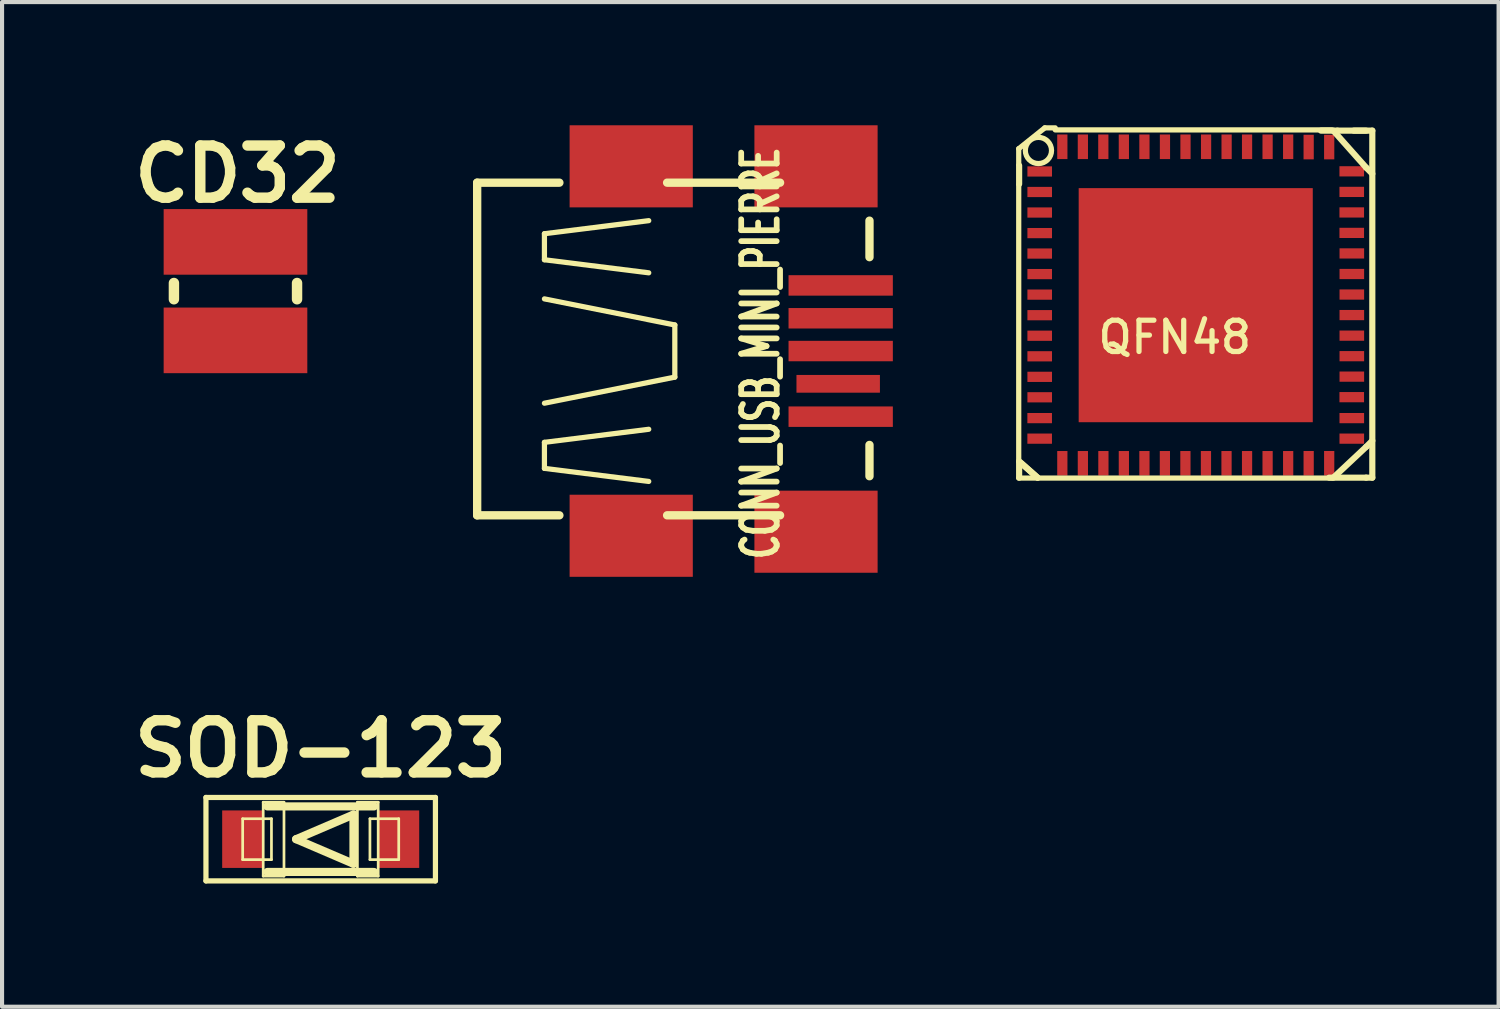
<source format=kicad_pcb>
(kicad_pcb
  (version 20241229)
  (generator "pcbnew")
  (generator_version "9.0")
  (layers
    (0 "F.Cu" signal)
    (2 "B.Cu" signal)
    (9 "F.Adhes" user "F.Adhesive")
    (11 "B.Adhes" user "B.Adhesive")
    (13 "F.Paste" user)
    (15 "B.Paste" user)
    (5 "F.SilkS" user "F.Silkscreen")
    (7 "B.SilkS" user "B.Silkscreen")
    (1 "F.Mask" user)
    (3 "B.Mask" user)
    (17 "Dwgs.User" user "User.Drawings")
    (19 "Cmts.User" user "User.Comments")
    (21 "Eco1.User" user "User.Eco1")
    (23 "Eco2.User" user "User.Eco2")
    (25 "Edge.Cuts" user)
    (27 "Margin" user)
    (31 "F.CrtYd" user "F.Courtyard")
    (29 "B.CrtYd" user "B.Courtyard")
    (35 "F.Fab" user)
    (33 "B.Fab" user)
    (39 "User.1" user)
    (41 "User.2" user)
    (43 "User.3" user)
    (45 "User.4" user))
  (footprint "SOD-123"
    (layer "F.Cu")
    (at 4.759 17.384)
    (property "Reference" "SOD-123" (at 0 -2.2 0) (layer "F.SilkS") (effects (font (size 1.27 1.27) (thickness 0.254))))
    (attr smd)
    (fp_line (start -2.794 -1.016) (end -2.794 1.016) (stroke (width 0.127) (type solid)) (layer "F.SilkS"))
    (fp_line (start -2.794 1.016) (end 2.794 1.016) (stroke (width 0.127) (type solid)) (layer "F.SilkS"))
    (fp_line (start -1.9 -0.498) (end -1.199 -0.498) (stroke (width 0.066) (type solid)) (layer "F.SilkS"))
    (fp_line (start -1.9 0.498) (end -1.9 -0.498) (stroke (width 0.066) (type solid)) (layer "F.SilkS"))
    (fp_line (start -1.9 0.498) (end -1.199 0.498) (stroke (width 0.066) (type solid)) (layer "F.SilkS"))
    (fp_line (start -1.4 -0.899) (end -0.894 -0.899) (stroke (width 0.066) (type solid)) (layer "F.SilkS"))
    (fp_line (start -1.4 0.899) (end -1.4 -0.899) (stroke (width 0.066) (type solid)) (layer "F.SilkS"))
    (fp_line (start -1.4 0.899) (end -0.894 0.899) (stroke (width 0.066) (type solid)) (layer "F.SilkS"))
    (fp_line (start -1.199 0.498) (end -1.199 -0.498) (stroke (width 0.066) (type solid)) (layer "F.SilkS"))
    (fp_line (start -0.894 0.899) (end -0.894 -0.899) (stroke (width 0.066) (type solid)) (layer "F.SilkS"))
    (fp_line (start -0.599 0) (end 0.798 0.599) (stroke (width 0.198) (type solid)) (layer "F.SilkS"))
    (fp_line (start 0.798 -0.599) (end -0.599 0) (stroke (width 0.198) (type solid)) (layer "F.SilkS"))
    (fp_line (start 0.798 0.599) (end 0.798 -0.599) (stroke (width 0.198) (type solid)) (layer "F.SilkS"))
    (fp_line (start 0.894 -0.899) (end 1.4 -0.899) (stroke (width 0.066) (type solid)) (layer "F.SilkS"))
    (fp_line (start 0.894 0.899) (end 0.894 -0.899) (stroke (width 0.066) (type solid)) (layer "F.SilkS"))
    (fp_line (start 0.894 0.899) (end 1.4 0.899) (stroke (width 0.066) (type solid)) (layer "F.SilkS"))
    (fp_line (start 1.199 -0.498) (end 1.9 -0.498) (stroke (width 0.066) (type solid)) (layer "F.SilkS"))
    (fp_line (start 1.199 0.498) (end 1.199 -0.498) (stroke (width 0.066) (type solid)) (layer "F.SilkS"))
    (fp_line (start 1.199 0.498) (end 1.9 0.498) (stroke (width 0.066) (type solid)) (layer "F.SilkS"))
    (fp_line (start 1.298 -0.798) (end -1.298 -0.798) (stroke (width 0.198) (type solid)) (layer "F.SilkS"))
    (fp_line (start 1.298 0.798) (end -1.298 0.798) (stroke (width 0.198) (type solid)) (layer "F.SilkS"))
    (fp_line (start 1.4 0.899) (end 1.4 -0.899) (stroke (width 0.066) (type solid)) (layer "F.SilkS"))
    (fp_line (start 1.9 0.498) (end 1.9 -0.498) (stroke (width 0.066) (type solid)) (layer "F.SilkS"))
    (fp_line (start 2.794 -1.016) (end -2.794 -1.016) (stroke (width 0.127) (type solid)) (layer "F.SilkS"))
    (fp_line (start 2.794 1.016) (end 2.794 -1.016) (stroke (width 0.127) (type solid)) (layer "F.SilkS"))
    (pad "1" smd rect (at 1.9 0) (size 0.998 1.4) (layers "F.Cu" "F.Mask" "F.Paste"))
    (pad "2" smd rect (at -1.9 0) (size 0.998 1.4) (layers "F.Cu" "F.Mask" "F.Paste")))
  (footprint "CONN_USB_MINI_PIERRE"
    (layer "F.Cu")
    (at 14.82 5.498)
    (property "Reference" "CONN_USB_MINI_PIERRE" (at 0.65 0.052 90) (layer "F.SilkS") (effects (font (size 0.864 0.559) (thickness 0.14))))
    (attr smd)
    (fp_line (start -6.251 -4.1) (end -6.251 4) (stroke (width 0.203) (type solid)) (layer "F.SilkS"))
    (fp_line (start -6.251 -4.1) (end -4.249 -4.1) (stroke (width 0.203) (type solid)) (layer "F.SilkS"))
    (fp_line (start -4.613 -2.857) (end -4.613 -2.223) (stroke (width 0.127) (type solid)) (layer "F.SilkS"))
    (fp_line (start -4.613 -2.223) (end -2.073 -1.905) (stroke (width 0.127) (type solid)) (layer "F.SilkS"))
    (fp_line (start -4.613 -1.27) (end -1.438 -0.635) (stroke (width 0.127) (type solid)) (layer "F.SilkS"))
    (fp_line (start -4.613 2.223) (end -2.073 1.905) (stroke (width 0.127) (type solid)) (layer "F.SilkS"))
    (fp_line (start -4.613 2.857) (end -4.613 2.223) (stroke (width 0.127) (type solid)) (layer "F.SilkS"))
    (fp_line (start -4.249 4) (end -6.251 4) (stroke (width 0.203) (type solid)) (layer "F.SilkS"))
    (fp_line (start -2.073 -3.175) (end -4.613 -2.857) (stroke (width 0.127) (type solid)) (layer "F.SilkS"))
    (fp_line (start -2.073 3.175) (end -4.613 2.857) (stroke (width 0.127) (type solid)) (layer "F.SilkS"))
    (fp_line (start -1.626 4) (end 1.125 4) (stroke (width 0.203) (type solid)) (layer "F.SilkS"))
    (fp_line (start -1.438 -0.635) (end -1.438 0.635) (stroke (width 0.127) (type solid)) (layer "F.SilkS"))
    (fp_line (start -1.438 0.635) (end -4.613 1.27) (stroke (width 0.127) (type solid)) (layer "F.SilkS"))
    (fp_line (start 1.125 -4.1) (end -1.626 -4.1) (stroke (width 0.203) (type solid)) (layer "F.SilkS"))
    (fp_line (start 3.302 -3.175) (end 3.302 -2.286) (stroke (width 0.203) (type solid)) (layer "F.SilkS"))
    (fp_line (start 3.302 2.286) (end 3.302 3.048) (stroke (width 0.203) (type solid)) (layer "F.SilkS"))
    (pad "1" smd rect (at 2.601 -1.598) (size 2.54 0.498) (layers "F.Cu" "F.Mask" "F.Paste"))
    (pad "2" smd rect (at 2.601 -0.798) (size 2.54 0.498) (layers "F.Cu" "F.Mask" "F.Paste"))
    (pad "3" smd rect (at 2.601 0) (size 2.54 0.498) (layers "F.Cu" "F.Mask" "F.Paste"))
    (pad "4" smd rect (at 2.601 1.598) (size 2.54 0.498) (layers "F.Cu" "F.Mask" "F.Paste"))
    (pad "5" smd rect (at -2.5 -4.498) (size 3 1.999) (layers "F.Cu" "F.Mask" "F.Paste"))
    (pad "5" smd rect (at -2.5 4.498) (size 3 1.999) (layers "F.Cu" "F.Mask" "F.Paste"))
    (pad "5" smd rect (at 2 -4.498) (size 3 1.999) (layers "F.Cu" "F.Mask" "F.Paste"))
    (pad "5" smd rect (at 2 4.399) (size 3 1.999) (layers "F.Cu" "F.Mask" "F.Paste"))
    (pad "6" smd rect (at 2.54 0.798) (size 2.032 0.432) (layers "F.Cu" "F.Mask" "F.Paste")))
  (footprint "CD32"
    (layer "F.Cu")
    (at 2.684 4.039)
    (property "Reference" "CD32" (at 0.05 -2.85 0) (layer "F.SilkS") (effects (font (size 1.27 1.27) (thickness 0.254))))
    (attr smd)
    (fp_line (start -1.499 0.198) (end -1.499 -0.198) (stroke (width 0.254) (type solid)) (layer "F.SilkS"))
    (fp_line (start 1.499 0.198) (end 1.499 -0.198) (stroke (width 0.254) (type solid)) (layer "F.SilkS"))
    (pad "1" smd rect (at 0 -1.199) (size 3.498 1.598) (layers "F.Cu" "F.Mask" "F.Paste"))
    (pad "2" smd rect (at 0 1.199) (size 3.498 1.598) (layers "F.Cu" "F.Mask" "F.Paste")))
  (footprint "QFN48"
    (layer "F.Cu")
    (at 26.066 4.381)
    (property "Reference" "QFN48" (at -0.51 0.782 0) (layer "F.SilkS") (effects (font (size 0.762 0.762) (thickness 0.127))))
    (attr smd)
    (fp_line (start -4.31 -3.81) (end -4.31 -3.429) (stroke (width 0.127) (type solid)) (layer "F.SilkS"))
    (fp_line (start -4.31 3.81) (end -4.31 -2.921) (stroke (width 0.127) (type solid)) (layer "F.SilkS"))
    (fp_line (start -4.3 -3.4) (end -4.3 -2.95) (stroke (width 0.15) (type solid)) (layer "F.SilkS"))
    (fp_line (start -4.3 4.2) (end -4.3 3.85) (stroke (width 0.15) (type solid)) (layer "F.SilkS"))
    (fp_line (start -4.25 3.85) (end -3.85 4.2) (stroke (width 0.15) (type solid)) (layer "F.SilkS"))
    (fp_line (start -3.85 4.2) (end -4.3 3.8) (stroke (width 0.15) (type solid)) (layer "F.SilkS"))
    (fp_line (start -3.675 -4.318) (end -4.31 -3.81) (stroke (width 0.127) (type solid)) (layer "F.SilkS"))
    (fp_line (start -3.421 -4.318) (end -3.675 -4.318) (stroke (width 0.127) (type solid)) (layer "F.SilkS"))
    (fp_line (start -3.421 -4.268) (end 3.31 -4.268) (stroke (width 0.127) (type solid)) (layer "F.SilkS"))
    (fp_line (start 3.25 4.2) (end 4.15 4.2) (stroke (width 0.15) (type solid)) (layer "F.SilkS"))
    (fp_line (start 3.31 4.21) (end -4.31 4.21) (stroke (width 0.127) (type solid)) (layer "F.SilkS"))
    (fp_line (start 3.35 4.2) (end 4.15 3.45) (stroke (width 0.15) (type solid)) (layer "F.SilkS"))
    (fp_line (start 3.45 -4.25) (end 3.05 -4.25) (stroke (width 0.15) (type solid)) (layer "F.SilkS"))
    (fp_line (start 3.45 -4.25) (end 4.15 -4.25) (stroke (width 0.15) (type solid)) (layer "F.SilkS"))
    (fp_line (start 4.15 -3.35) (end 3.35 -4.25) (stroke (width 0.15) (type solid)) (layer "F.SilkS"))
    (fp_line (start 4.15 -3.35) (end 4.3 -3.2) (stroke (width 0.15) (type solid)) (layer "F.SilkS"))
    (fp_line (start 4.15 3.45) (end 4.3 3.3) (stroke (width 0.15) (type solid)) (layer "F.SilkS"))
    (fp_line (start 4.15 4.2) (end 4.3 4.2) (stroke (width 0.15) (type solid)) (layer "F.SilkS"))
    (fp_line (start 4.3 -4.25) (end 3.85 -4.25) (stroke (width 0.15) (type solid)) (layer "F.SilkS"))
    (fp_line (start 4.3 4.2) (end 4.3 -4.25) (stroke (width 0.15) (type solid)) (layer "F.SilkS"))
    (fp_circle (center -3.83 -3.767) (end -3.932 -4.069) (stroke (width 0.127) (type solid)) (fill no) (layer "F.SilkS"))
    (pad "1" smd rect (at -3.799 -3.256) (size 0.599 0.249) (layers "F.Cu" "F.Mask" "F.Paste"))
    (pad "2" smd rect (at -3.799 -2.756) (size 0.599 0.249) (layers "F.Cu" "F.Mask" "F.Paste"))
    (pad "3" smd rect (at -3.799 -2.256) (size 0.599 0.249) (layers "F.Cu" "F.Mask" "F.Paste"))
    (pad "4" smd rect (at -3.799 -1.755) (size 0.599 0.249) (layers "F.Cu" "F.Mask" "F.Paste"))
    (pad "5" smd rect (at -3.799 -1.257) (size 0.599 0.249) (layers "F.Cu" "F.Mask" "F.Paste"))
    (pad "6" smd rect (at -3.799 -0.757) (size 0.599 0.249) (layers "F.Cu" "F.Mask" "F.Paste"))
    (pad "7" smd rect (at -3.799 -0.257) (size 0.599 0.249) (layers "F.Cu" "F.Mask" "F.Paste"))
    (pad "8" smd rect (at -3.799 0.244) (size 0.599 0.249) (layers "F.Cu" "F.Mask" "F.Paste"))
    (pad "9" smd rect (at -3.799 0.744) (size 0.599 0.249) (layers "F.Cu" "F.Mask" "F.Paste"))
    (pad "10" smd rect (at -3.799 1.245) (size 0.599 0.249) (layers "F.Cu" "F.Mask" "F.Paste"))
    (pad "11" smd rect (at -3.799 1.745) (size 0.599 0.249) (layers "F.Cu" "F.Mask" "F.Paste"))
    (pad "12" smd rect (at -3.799 2.243) (size 0.599 0.249) (layers "F.Cu" "F.Mask" "F.Paste"))
    (pad "13" smd rect (at -3.8 2.75) (size 0.599 0.249) (layers "F.Cu" "F.Mask" "F.Paste"))
    (pad "14" smd rect (at -3.8 3.25) (size 0.599 0.249) (layers "F.Cu" "F.Mask" "F.Paste"))
    (pad "15" smd rect (at -3.248 3.851) (size 0.249 0.599) (layers "F.Cu" "F.Mask" "F.Paste"))
    (pad "16" smd rect (at -2.748 3.851) (size 0.249 0.599) (layers "F.Cu" "F.Mask" "F.Paste"))
    (pad "17" smd rect (at -2.248 3.851) (size 0.249 0.599) (layers "F.Cu" "F.Mask" "F.Paste"))
    (pad "18" smd rect (at -1.75 3.851) (size 0.249 0.599) (layers "F.Cu" "F.Mask" "F.Paste"))
    (pad "19" smd rect (at -1.249 3.851) (size 0.249 0.599) (layers "F.Cu" "F.Mask" "F.Paste"))
    (pad "20" smd rect (at -0.751 3.851) (size 0.249 0.599) (layers "F.Cu" "F.Mask" "F.Paste"))
    (pad "21" smd rect (at -0.251 3.851) (size 0.249 0.599) (layers "F.Cu" "F.Mask" "F.Paste"))
    (pad "22" smd rect (at 0.249 3.851) (size 0.249 0.599) (layers "F.Cu" "F.Mask" "F.Paste"))
    (pad "23" smd rect (at 0.75 3.851) (size 0.249 0.599) (layers "F.Cu" "F.Mask" "F.Paste"))
    (pad "24" smd rect (at 1.25 3.851) (size 0.249 0.599) (layers "F.Cu" "F.Mask" "F.Paste"))
    (pad "25" smd rect (at 1.75 3.851) (size 0.249 0.599) (layers "F.Cu" "F.Mask" "F.Paste"))
    (pad "26" smd rect (at 2.251 3.851) (size 0.249 0.599) (layers "F.Cu" "F.Mask" "F.Paste"))
    (pad "27" smd rect (at 2.75 3.85) (size 0.249 0.599) (layers "F.Cu" "F.Mask" "F.Paste"))
    (pad "28" smd rect (at 3.25 3.85) (size 0.249 0.599) (layers "F.Cu" "F.Mask" "F.Paste"))
    (pad "29" smd rect (at 3.8 3.25) (size 0.599 0.249) (layers "F.Cu" "F.Mask" "F.Paste"))
    (pad "30" smd rect (at 3.8 2.75) (size 0.599 0.249) (layers "F.Cu" "F.Mask" "F.Paste"))
    (pad "31" smd rect (at 3.799 2.24) (size 0.599 0.249) (layers "F.Cu" "F.Mask" "F.Paste"))
    (pad "32" smd rect (at 3.801 1.74) (size 0.599 0.249) (layers "F.Cu" "F.Mask" "F.Paste"))
    (pad "33" smd rect (at 0 0) (size 5.7 5.7) (layers "F.Cu" "F.Mask" "F.Paste"))
    (pad "33" smd rect (at 3.801 1.242) (size 0.599 0.249) (layers "F.Cu" "F.Mask" "F.Paste"))
    (pad "34" smd rect (at 3.801 0.742) (size 0.599 0.249) (layers "F.Cu" "F.Mask" "F.Paste"))
    (pad "35" smd rect (at 3.801 0.241) (size 0.599 0.249) (layers "F.Cu" "F.Mask" "F.Paste"))
    (pad "36" smd rect (at 3.801 -0.259) (size 0.599 0.249) (layers "F.Cu" "F.Mask" "F.Paste"))
    (pad "37" smd rect (at 3.801 -0.759) (size 0.599 0.249) (layers "F.Cu" "F.Mask" "F.Paste"))
    (pad "38" smd rect (at 3.801 -1.26) (size 0.599 0.249) (layers "F.Cu" "F.Mask" "F.Paste"))
    (pad "39" smd rect (at 3.799 -1.76) (size 0.599 0.249) (layers "F.Cu" "F.Mask" "F.Paste"))
    (pad "40" smd rect (at 3.799 -2.258) (size 0.599 0.249) (layers "F.Cu" "F.Mask" "F.Paste"))
    (pad "41" smd rect (at 3.799 -2.758) (size 0.599 0.249) (layers "F.Cu" "F.Mask" "F.Paste"))
    (pad "42" smd rect (at 3.799 -3.259) (size 0.599 0.249) (layers "F.Cu" "F.Mask" "F.Paste"))
    (pad "43" smd rect (at 3.25 -3.85) (size 0.249 0.599) (layers "F.Cu" "F.Mask" "F.Paste"))
    (pad "44" smd rect (at 2.75 -3.85) (size 0.249 0.599) (layers "F.Cu" "F.Mask" "F.Paste"))
    (pad "45" smd rect (at 2.251 -3.857) (size 0.249 0.599) (layers "F.Cu" "F.Mask" "F.Paste"))
    (pad "46" smd rect (at 1.75 -3.857) (size 0.249 0.599) (layers "F.Cu" "F.Mask" "F.Paste"))
    (pad "47" smd rect (at 1.25 -3.857) (size 0.249 0.599) (layers "F.Cu" "F.Mask" "F.Paste"))
    (pad "48" smd rect (at 0.752 -3.857) (size 0.249 0.599) (layers "F.Cu" "F.Mask" "F.Paste"))
    (pad "49" smd rect (at 0.252 -3.857) (size 0.249 0.599) (layers "F.Cu" "F.Mask" "F.Paste"))
    (pad "50" smd rect (at -0.249 -3.857) (size 0.249 0.599) (layers "F.Cu" "F.Mask" "F.Paste"))
    (pad "51" smd rect (at -0.749 -3.857) (size 0.249 0.599) (layers "F.Cu" "F.Mask" "F.Paste"))
    (pad "52" smd rect (at -1.249 -3.857) (size 0.249 0.599) (layers "F.Cu" "F.Mask" "F.Paste"))
    (pad "53" smd rect (at -1.75 -3.857) (size 0.249 0.599) (layers "F.Cu" "F.Mask" "F.Paste"))
    (pad "54" smd rect (at -2.25 -3.857) (size 0.249 0.599) (layers "F.Cu" "F.Mask" "F.Paste"))
    (pad "55" smd rect (at -2.748 -3.857) (size 0.249 0.599) (layers "F.Cu" "F.Mask" "F.Paste"))
    (pad "56" smd rect (at -3.248 -3.857) (size 0.249 0.599) (layers "F.Cu" "F.Mask" "F.Paste")))
  (gr_rect
    (start -3 -3)
    (end 33.441 21.464)
    (stroke (width 0.1) (type default))
    (fill no)
    (layer "Edge.Cuts")))
</source>
